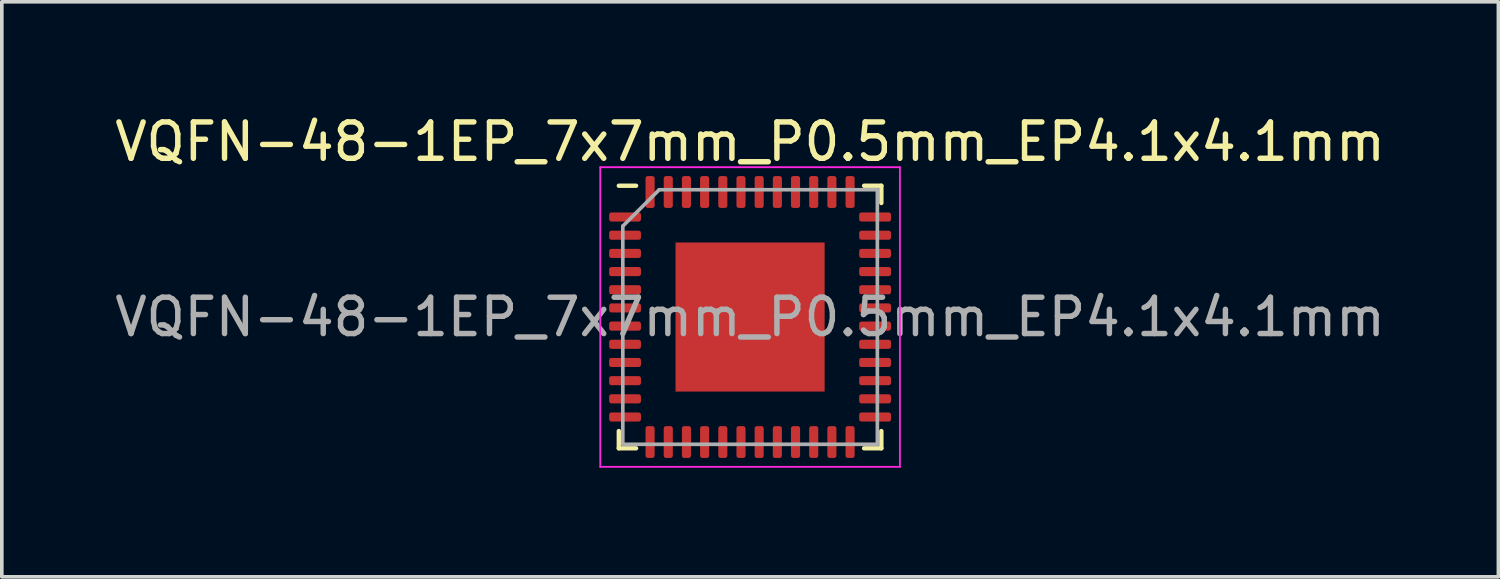
<source format=kicad_pcb>
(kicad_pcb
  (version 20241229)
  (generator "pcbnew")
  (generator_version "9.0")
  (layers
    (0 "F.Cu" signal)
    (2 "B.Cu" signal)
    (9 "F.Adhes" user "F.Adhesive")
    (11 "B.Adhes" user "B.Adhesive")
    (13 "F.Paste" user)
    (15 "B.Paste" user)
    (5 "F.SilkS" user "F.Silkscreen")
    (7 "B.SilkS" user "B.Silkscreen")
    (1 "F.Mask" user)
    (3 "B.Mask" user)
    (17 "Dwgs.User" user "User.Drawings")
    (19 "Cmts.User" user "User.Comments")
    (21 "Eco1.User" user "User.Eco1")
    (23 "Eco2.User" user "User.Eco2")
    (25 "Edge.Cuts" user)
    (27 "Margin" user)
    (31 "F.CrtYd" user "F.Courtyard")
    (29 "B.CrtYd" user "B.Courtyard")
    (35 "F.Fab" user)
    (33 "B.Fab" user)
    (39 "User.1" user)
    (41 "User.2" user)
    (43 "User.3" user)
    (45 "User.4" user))
  (footprint "VQFN-48-1EP_7x7mm_P0.5mm_EP4.1x4.1mm"
    (layer "F.Cu")
    (at 17.577 5.668)
    (property "Reference" "VQFN-48-1EP_7x7mm_P0.5mm_EP4.1x4.1mm" (at 0 -4.82 0) (layer "F.SilkS") (effects (font (size 1 1) (thickness 0.15))))
    (attr smd)
    (fp_line (start -3.61 3.61) (end -3.61 3.135) (stroke (width 0.12) (type solid)) (layer "F.SilkS"))
    (fp_line (start -3.135 -3.61) (end -3.61 -3.61) (stroke (width 0.12) (type solid)) (layer "F.SilkS"))
    (fp_line (start -3.135 3.61) (end -3.61 3.61) (stroke (width 0.12) (type solid)) (layer "F.SilkS"))
    (fp_line (start 3.135 -3.61) (end 3.61 -3.61) (stroke (width 0.12) (type solid)) (layer "F.SilkS"))
    (fp_line (start 3.135 3.61) (end 3.61 3.61) (stroke (width 0.12) (type solid)) (layer "F.SilkS"))
    (fp_line (start 3.61 -3.61) (end 3.61 -3.135) (stroke (width 0.12) (type solid)) (layer "F.SilkS"))
    (fp_line (start 3.61 3.61) (end 3.61 3.135) (stroke (width 0.12) (type solid)) (layer "F.SilkS"))
    (fp_line (start -4.12 -4.12) (end -4.12 4.12) (stroke (width 0.05) (type solid)) (layer "F.CrtYd"))
    (fp_line (start -4.12 4.12) (end 4.12 4.12) (stroke (width 0.05) (type solid)) (layer "F.CrtYd"))
    (fp_line (start 4.12 -4.12) (end -4.12 -4.12) (stroke (width 0.05) (type solid)) (layer "F.CrtYd"))
    (fp_line (start 4.12 4.12) (end 4.12 -4.12) (stroke (width 0.05) (type solid)) (layer "F.CrtYd"))
    (fp_line (start -3.5 -2.5) (end -2.5 -3.5) (stroke (width 0.1) (type solid)) (layer "F.Fab"))
    (fp_line (start -3.5 3.5) (end -3.5 -2.5) (stroke (width 0.1) (type solid)) (layer "F.Fab"))
    (fp_line (start -2.5 -3.5) (end 3.5 -3.5) (stroke (width 0.1) (type solid)) (layer "F.Fab"))
    (fp_line (start 3.5 -3.5) (end 3.5 3.5) (stroke (width 0.1) (type solid)) (layer "F.Fab"))
    (fp_line (start 3.5 3.5) (end -3.5 3.5) (stroke (width 0.1) (type solid)) (layer "F.Fab"))
    (fp_text user "${REFERENCE}" (at 0 0 0) (layer "F.Fab") (effects (font (size 1 1) (thickness 0.15))))
    (pad "" smd roundrect (at -1.37 -1.37) (size 1.1 1.1) (layers "F.Paste") (roundrect_rratio 0.227))
    (pad "" smd roundrect (at -1.37 0) (size 1.1 1.1) (layers "F.Paste") (roundrect_rratio 0.227))
    (pad "" smd roundrect (at -1.37 1.37) (size 1.1 1.1) (layers "F.Paste") (roundrect_rratio 0.227))
    (pad "" smd roundrect (at 0 -1.37) (size 1.1 1.1) (layers "F.Paste") (roundrect_rratio 0.227))
    (pad "" smd roundrect (at 0 0) (size 1.1 1.1) (layers "F.Paste") (roundrect_rratio 0.227))
    (pad "" smd roundrect (at 0 1.37) (size 1.1 1.1) (layers "F.Paste") (roundrect_rratio 0.227))
    (pad "" smd roundrect (at 1.37 -1.37) (size 1.1 1.1) (layers "F.Paste") (roundrect_rratio 0.227))
    (pad "" smd roundrect (at 1.37 0) (size 1.1 1.1) (layers "F.Paste") (roundrect_rratio 0.227))
    (pad "" smd roundrect (at 1.37 1.37) (size 1.1 1.1) (layers "F.Paste") (roundrect_rratio 0.227))
    (pad "1" smd roundrect (at -3.438 -2.75) (size 0.875 0.25) (layers "F.Cu" "F.Mask" "F.Paste") (roundrect_rratio 0.25))
    (pad "2" smd roundrect (at -3.438 -2.25) (size 0.875 0.25) (layers "F.Cu" "F.Mask" "F.Paste") (roundrect_rratio 0.25))
    (pad "3" smd roundrect (at -3.438 -1.75) (size 0.875 0.25) (layers "F.Cu" "F.Mask" "F.Paste") (roundrect_rratio 0.25))
    (pad "4" smd roundrect (at -3.438 -1.25) (size 0.875 0.25) (layers "F.Cu" "F.Mask" "F.Paste") (roundrect_rratio 0.25))
    (pad "5" smd roundrect (at -3.438 -0.75) (size 0.875 0.25) (layers "F.Cu" "F.Mask" "F.Paste") (roundrect_rratio 0.25))
    (pad "6" smd roundrect (at -3.438 -0.25) (size 0.875 0.25) (layers "F.Cu" "F.Mask" "F.Paste") (roundrect_rratio 0.25))
    (pad "7" smd roundrect (at -3.438 0.25) (size 0.875 0.25) (layers "F.Cu" "F.Mask" "F.Paste") (roundrect_rratio 0.25))
    (pad "8" smd roundrect (at -3.438 0.75) (size 0.875 0.25) (layers "F.Cu" "F.Mask" "F.Paste") (roundrect_rratio 0.25))
    (pad "9" smd roundrect (at -3.438 1.25) (size 0.875 0.25) (layers "F.Cu" "F.Mask" "F.Paste") (roundrect_rratio 0.25))
    (pad "10" smd roundrect (at -3.438 1.75) (size 0.875 0.25) (layers "F.Cu" "F.Mask" "F.Paste") (roundrect_rratio 0.25))
    (pad "11" smd roundrect (at -3.438 2.25) (size 0.875 0.25) (layers "F.Cu" "F.Mask" "F.Paste") (roundrect_rratio 0.25))
    (pad "12" smd roundrect (at -3.438 2.75) (size 0.875 0.25) (layers "F.Cu" "F.Mask" "F.Paste") (roundrect_rratio 0.25))
    (pad "13" smd roundrect (at -2.75 3.438) (size 0.25 0.875) (layers "F.Cu" "F.Mask" "F.Paste") (roundrect_rratio 0.25))
    (pad "14" smd roundrect (at -2.25 3.438) (size 0.25 0.875) (layers "F.Cu" "F.Mask" "F.Paste") (roundrect_rratio 0.25))
    (pad "15" smd roundrect (at -1.75 3.438) (size 0.25 0.875) (layers "F.Cu" "F.Mask" "F.Paste") (roundrect_rratio 0.25))
    (pad "16" smd roundrect (at -1.25 3.438) (size 0.25 0.875) (layers "F.Cu" "F.Mask" "F.Paste") (roundrect_rratio 0.25))
    (pad "17" smd roundrect (at -0.75 3.438) (size 0.25 0.875) (layers "F.Cu" "F.Mask" "F.Paste") (roundrect_rratio 0.25))
    (pad "18" smd roundrect (at -0.25 3.438) (size 0.25 0.875) (layers "F.Cu" "F.Mask" "F.Paste") (roundrect_rratio 0.25))
    (pad "19" smd roundrect (at 0.25 3.438) (size 0.25 0.875) (layers "F.Cu" "F.Mask" "F.Paste") (roundrect_rratio 0.25))
    (pad "20" smd roundrect (at 0.75 3.438) (size 0.25 0.875) (layers "F.Cu" "F.Mask" "F.Paste") (roundrect_rratio 0.25))
    (pad "21" smd roundrect (at 1.25 3.438) (size 0.25 0.875) (layers "F.Cu" "F.Mask" "F.Paste") (roundrect_rratio 0.25))
    (pad "22" smd roundrect (at 1.75 3.438) (size 0.25 0.875) (layers "F.Cu" "F.Mask" "F.Paste") (roundrect_rratio 0.25))
    (pad "23" smd roundrect (at 2.25 3.438) (size 0.25 0.875) (layers "F.Cu" "F.Mask" "F.Paste") (roundrect_rratio 0.25))
    (pad "24" smd roundrect (at 2.75 3.438) (size 0.25 0.875) (layers "F.Cu" "F.Mask" "F.Paste") (roundrect_rratio 0.25))
    (pad "25" smd roundrect (at 3.438 2.75) (size 0.875 0.25) (layers "F.Cu" "F.Mask" "F.Paste") (roundrect_rratio 0.25))
    (pad "26" smd roundrect (at 3.438 2.25) (size 0.875 0.25) (layers "F.Cu" "F.Mask" "F.Paste") (roundrect_rratio 0.25))
    (pad "27" smd roundrect (at 3.438 1.75) (size 0.875 0.25) (layers "F.Cu" "F.Mask" "F.Paste") (roundrect_rratio 0.25))
    (pad "28" smd roundrect (at 3.438 1.25) (size 0.875 0.25) (layers "F.Cu" "F.Mask" "F.Paste") (roundrect_rratio 0.25))
    (pad "29" smd roundrect (at 3.438 0.75) (size 0.875 0.25) (layers "F.Cu" "F.Mask" "F.Paste") (roundrect_rratio 0.25))
    (pad "30" smd roundrect (at 3.438 0.25) (size 0.875 0.25) (layers "F.Cu" "F.Mask" "F.Paste") (roundrect_rratio 0.25))
    (pad "31" smd roundrect (at 3.438 -0.25) (size 0.875 0.25) (layers "F.Cu" "F.Mask" "F.Paste") (roundrect_rratio 0.25))
    (pad "32" smd roundrect (at 3.438 -0.75) (size 0.875 0.25) (layers "F.Cu" "F.Mask" "F.Paste") (roundrect_rratio 0.25))
    (pad "33" smd roundrect (at 3.438 -1.25) (size 0.875 0.25) (layers "F.Cu" "F.Mask" "F.Paste") (roundrect_rratio 0.25))
    (pad "34" smd roundrect (at 3.438 -1.75) (size 0.875 0.25) (layers "F.Cu" "F.Mask" "F.Paste") (roundrect_rratio 0.25))
    (pad "35" smd roundrect (at 3.438 -2.25) (size 0.875 0.25) (layers "F.Cu" "F.Mask" "F.Paste") (roundrect_rratio 0.25))
    (pad "36" smd roundrect (at 3.438 -2.75) (size 0.875 0.25) (layers "F.Cu" "F.Mask" "F.Paste") (roundrect_rratio 0.25))
    (pad "37" smd roundrect (at 2.75 -3.438) (size 0.25 0.875) (layers "F.Cu" "F.Mask" "F.Paste") (roundrect_rratio 0.25))
    (pad "38" smd roundrect (at 2.25 -3.438) (size 0.25 0.875) (layers "F.Cu" "F.Mask" "F.Paste") (roundrect_rratio 0.25))
    (pad "39" smd roundrect (at 1.75 -3.438) (size 0.25 0.875) (layers "F.Cu" "F.Mask" "F.Paste") (roundrect_rratio 0.25))
    (pad "40" smd roundrect (at 1.25 -3.438) (size 0.25 0.875) (layers "F.Cu" "F.Mask" "F.Paste") (roundrect_rratio 0.25))
    (pad "41" smd roundrect (at 0.75 -3.438) (size 0.25 0.875) (layers "F.Cu" "F.Mask" "F.Paste") (roundrect_rratio 0.25))
    (pad "42" smd roundrect (at 0.25 -3.438) (size 0.25 0.875) (layers "F.Cu" "F.Mask" "F.Paste") (roundrect_rratio 0.25))
    (pad "43" smd roundrect (at -0.25 -3.438) (size 0.25 0.875) (layers "F.Cu" "F.Mask" "F.Paste") (roundrect_rratio 0.25))
    (pad "44" smd roundrect (at -0.75 -3.438) (size 0.25 0.875) (layers "F.Cu" "F.Mask" "F.Paste") (roundrect_rratio 0.25))
    (pad "45" smd roundrect (at -1.25 -3.438) (size 0.25 0.875) (layers "F.Cu" "F.Mask" "F.Paste") (roundrect_rratio 0.25))
    (pad "46" smd roundrect (at -1.75 -3.438) (size 0.25 0.875) (layers "F.Cu" "F.Mask" "F.Paste") (roundrect_rratio 0.25))
    (pad "47" smd roundrect (at -2.25 -3.438) (size 0.25 0.875) (layers "F.Cu" "F.Mask" "F.Paste") (roundrect_rratio 0.25))
    (pad "48" smd roundrect (at -2.75 -3.438) (size 0.25 0.875) (layers "F.Cu" "F.Mask" "F.Paste") (roundrect_rratio 0.25))
    (pad "49" smd rect (at 0 0) (size 4.1 4.1) (layers "F.Cu" "F.Mask")))
  (gr_rect
    (start -3 -3)
    (end 38.155 12.813)
    (stroke (width 0.1) (type default))
    (fill no)
    (layer "Edge.Cuts")))
</source>
